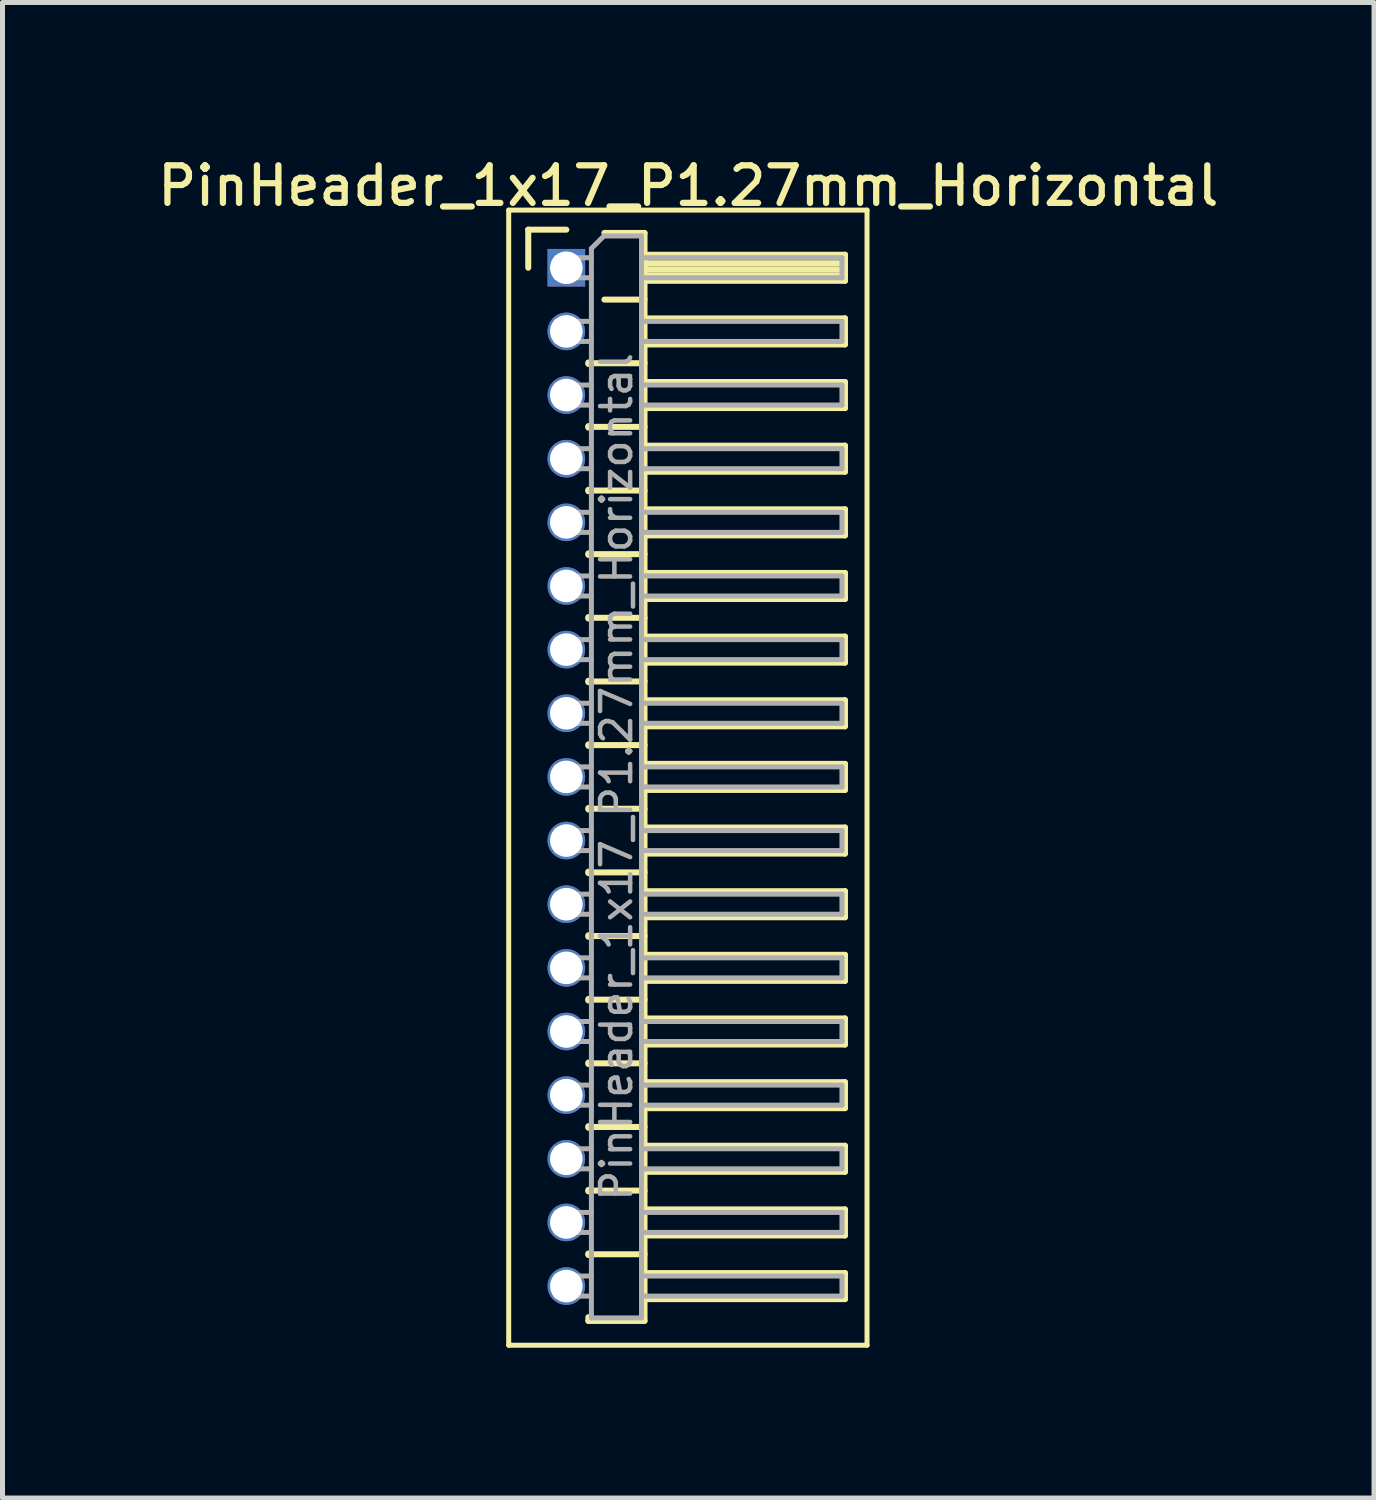
<source format=kicad_pcb>
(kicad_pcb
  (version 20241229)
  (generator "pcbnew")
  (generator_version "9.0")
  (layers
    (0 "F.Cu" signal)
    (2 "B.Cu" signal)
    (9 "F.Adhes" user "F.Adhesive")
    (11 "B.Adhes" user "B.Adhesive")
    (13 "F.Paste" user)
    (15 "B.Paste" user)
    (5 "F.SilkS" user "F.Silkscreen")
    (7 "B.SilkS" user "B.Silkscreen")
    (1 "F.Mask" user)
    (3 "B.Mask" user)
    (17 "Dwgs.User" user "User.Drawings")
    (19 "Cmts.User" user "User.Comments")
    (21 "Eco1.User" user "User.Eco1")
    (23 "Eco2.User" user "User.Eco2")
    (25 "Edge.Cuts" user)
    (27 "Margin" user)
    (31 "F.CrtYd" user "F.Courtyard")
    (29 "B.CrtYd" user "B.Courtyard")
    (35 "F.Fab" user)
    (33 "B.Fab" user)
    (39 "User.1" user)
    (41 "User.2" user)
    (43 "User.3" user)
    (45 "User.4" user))
  (footprint "PinHeader_1x17_P1.27mm_Horizontal"
    (layer "F.Cu")
    (at 8.251 2.293)
    (property "Reference" "PinHeader_1x17_P1.27mm_Horizontal" (at 2.433 -1.635 0) (layer "F.SilkS") (effects (font (size 0.75 0.75) (thickness 0.125))))
    (attr through_hole)
    (fp_line (start -1.15 -1.15) (end -1.15 21.5) (stroke (width 0.1) (type solid)) (layer "F.SilkS"))
    (fp_line (start -1.15 21.5) (end 6 21.5) (stroke (width 0.1) (type solid)) (layer "F.SilkS"))
    (fp_line (start -0.76 -0.76) (end 0 -0.76) (stroke (width 0.12) (type solid)) (layer "F.SilkS"))
    (fp_line (start -0.76 0) (end -0.76 -0.76) (stroke (width 0.12) (type solid)) (layer "F.SilkS"))
    (fp_line (start 0.44 1.89) (end 0.44 1.92) (stroke (width 0.12) (type solid)) (layer "F.SilkS"))
    (fp_line (start 0.44 1.905) (end 1.56 1.905) (stroke (width 0.12) (type solid)) (layer "F.SilkS"))
    (fp_line (start 0.44 3.16) (end 0.44 3.19) (stroke (width 0.12) (type solid)) (layer "F.SilkS"))
    (fp_line (start 0.44 3.175) (end 1.56 3.175) (stroke (width 0.12) (type solid)) (layer "F.SilkS"))
    (fp_line (start 0.44 4.43) (end 0.44 4.46) (stroke (width 0.12) (type solid)) (layer "F.SilkS"))
    (fp_line (start 0.44 4.445) (end 1.56 4.445) (stroke (width 0.12) (type solid)) (layer "F.SilkS"))
    (fp_line (start 0.44 5.7) (end 0.44 5.73) (stroke (width 0.12) (type solid)) (layer "F.SilkS"))
    (fp_line (start 0.44 5.715) (end 1.56 5.715) (stroke (width 0.12) (type solid)) (layer "F.SilkS"))
    (fp_line (start 0.44 6.97) (end 0.44 7) (stroke (width 0.12) (type solid)) (layer "F.SilkS"))
    (fp_line (start 0.44 6.985) (end 1.56 6.985) (stroke (width 0.12) (type solid)) (layer "F.SilkS"))
    (fp_line (start 0.44 8.24) (end 0.44 8.27) (stroke (width 0.12) (type solid)) (layer "F.SilkS"))
    (fp_line (start 0.44 8.255) (end 1.56 8.255) (stroke (width 0.12) (type solid)) (layer "F.SilkS"))
    (fp_line (start 0.44 9.51) (end 0.44 9.54) (stroke (width 0.12) (type solid)) (layer "F.SilkS"))
    (fp_line (start 0.44 9.525) (end 1.56 9.525) (stroke (width 0.12) (type solid)) (layer "F.SilkS"))
    (fp_line (start 0.44 10.78) (end 0.44 10.81) (stroke (width 0.12) (type solid)) (layer "F.SilkS"))
    (fp_line (start 0.44 10.795) (end 1.56 10.795) (stroke (width 0.12) (type solid)) (layer "F.SilkS"))
    (fp_line (start 0.44 12.05) (end 0.44 12.08) (stroke (width 0.12) (type solid)) (layer "F.SilkS"))
    (fp_line (start 0.44 12.065) (end 1.56 12.065) (stroke (width 0.12) (type solid)) (layer "F.SilkS"))
    (fp_line (start 0.44 13.32) (end 0.44 13.35) (stroke (width 0.12) (type solid)) (layer "F.SilkS"))
    (fp_line (start 0.44 13.335) (end 1.56 13.335) (stroke (width 0.12) (type solid)) (layer "F.SilkS"))
    (fp_line (start 0.44 14.59) (end 0.44 14.62) (stroke (width 0.12) (type solid)) (layer "F.SilkS"))
    (fp_line (start 0.44 14.605) (end 1.56 14.605) (stroke (width 0.12) (type solid)) (layer "F.SilkS"))
    (fp_line (start 0.44 15.86) (end 0.44 15.89) (stroke (width 0.12) (type solid)) (layer "F.SilkS"))
    (fp_line (start 0.44 15.875) (end 1.56 15.875) (stroke (width 0.12) (type solid)) (layer "F.SilkS"))
    (fp_line (start 0.44 17.13) (end 0.44 17.16) (stroke (width 0.12) (type solid)) (layer "F.SilkS"))
    (fp_line (start 0.44 17.145) (end 1.56 17.145) (stroke (width 0.12) (type solid)) (layer "F.SilkS"))
    (fp_line (start 0.44 18.4) (end 0.44 18.43) (stroke (width 0.12) (type solid)) (layer "F.SilkS"))
    (fp_line (start 0.44 18.415) (end 1.56 18.415) (stroke (width 0.12) (type solid)) (layer "F.SilkS"))
    (fp_line (start 0.44 19.67) (end 0.44 19.7) (stroke (width 0.12) (type solid)) (layer "F.SilkS"))
    (fp_line (start 0.44 19.685) (end 1.56 19.685) (stroke (width 0.12) (type solid)) (layer "F.SilkS"))
    (fp_line (start 0.44 21.015) (end 0.44 20.94) (stroke (width 0.12) (type solid)) (layer "F.SilkS"))
    (fp_line (start 0.76 -0.695) (end 1.56 -0.695) (stroke (width 0.12) (type solid)) (layer "F.SilkS"))
    (fp_line (start 0.76 0.635) (end 1.56 0.635) (stroke (width 0.12) (type solid)) (layer "F.SilkS"))
    (fp_line (start 1.56 -0.695) (end 1.56 21.015) (stroke (width 0.12) (type solid)) (layer "F.SilkS"))
    (fp_line (start 1.56 -0.26) (end 5.56 -0.26) (stroke (width 0.12) (type solid)) (layer "F.SilkS"))
    (fp_line (start 1.56 -0.2) (end 5.56 -0.2) (stroke (width 0.12) (type solid)) (layer "F.SilkS"))
    (fp_line (start 1.56 -0.08) (end 5.56 -0.08) (stroke (width 0.12) (type solid)) (layer "F.SilkS"))
    (fp_line (start 1.56 0.04) (end 5.56 0.04) (stroke (width 0.12) (type solid)) (layer "F.SilkS"))
    (fp_line (start 1.56 0.16) (end 5.56 0.16) (stroke (width 0.12) (type solid)) (layer "F.SilkS"))
    (fp_line (start 1.56 1.01) (end 5.56 1.01) (stroke (width 0.12) (type solid)) (layer "F.SilkS"))
    (fp_line (start 1.56 2.28) (end 5.56 2.28) (stroke (width 0.12) (type solid)) (layer "F.SilkS"))
    (fp_line (start 1.56 3.55) (end 5.56 3.55) (stroke (width 0.12) (type solid)) (layer "F.SilkS"))
    (fp_line (start 1.56 4.82) (end 5.56 4.82) (stroke (width 0.12) (type solid)) (layer "F.SilkS"))
    (fp_line (start 1.56 6.09) (end 5.56 6.09) (stroke (width 0.12) (type solid)) (layer "F.SilkS"))
    (fp_line (start 1.56 7.36) (end 5.56 7.36) (stroke (width 0.12) (type solid)) (layer "F.SilkS"))
    (fp_line (start 1.56 8.63) (end 5.56 8.63) (stroke (width 0.12) (type solid)) (layer "F.SilkS"))
    (fp_line (start 1.56 9.9) (end 5.56 9.9) (stroke (width 0.12) (type solid)) (layer "F.SilkS"))
    (fp_line (start 1.56 11.17) (end 5.56 11.17) (stroke (width 0.12) (type solid)) (layer "F.SilkS"))
    (fp_line (start 1.56 12.44) (end 5.56 12.44) (stroke (width 0.12) (type solid)) (layer "F.SilkS"))
    (fp_line (start 1.56 13.71) (end 5.56 13.71) (stroke (width 0.12) (type solid)) (layer "F.SilkS"))
    (fp_line (start 1.56 14.98) (end 5.56 14.98) (stroke (width 0.12) (type solid)) (layer "F.SilkS"))
    (fp_line (start 1.56 16.25) (end 5.56 16.25) (stroke (width 0.12) (type solid)) (layer "F.SilkS"))
    (fp_line (start 1.56 17.52) (end 5.56 17.52) (stroke (width 0.12) (type solid)) (layer "F.SilkS"))
    (fp_line (start 1.56 18.79) (end 5.56 18.79) (stroke (width 0.12) (type solid)) (layer "F.SilkS"))
    (fp_line (start 1.56 20.06) (end 5.56 20.06) (stroke (width 0.12) (type solid)) (layer "F.SilkS"))
    (fp_line (start 1.56 21.015) (end 0.44 21.015) (stroke (width 0.12) (type solid)) (layer "F.SilkS"))
    (fp_line (start 5.56 -0.26) (end 5.56 0.26) (stroke (width 0.12) (type solid)) (layer "F.SilkS"))
    (fp_line (start 5.56 0.26) (end 1.56 0.26) (stroke (width 0.12) (type solid)) (layer "F.SilkS"))
    (fp_line (start 5.56 1.01) (end 5.56 1.53) (stroke (width 0.12) (type solid)) (layer "F.SilkS"))
    (fp_line (start 5.56 1.53) (end 1.56 1.53) (stroke (width 0.12) (type solid)) (layer "F.SilkS"))
    (fp_line (start 5.56 2.28) (end 5.56 2.8) (stroke (width 0.12) (type solid)) (layer "F.SilkS"))
    (fp_line (start 5.56 2.8) (end 1.56 2.8) (stroke (width 0.12) (type solid)) (layer "F.SilkS"))
    (fp_line (start 5.56 3.55) (end 5.56 4.07) (stroke (width 0.12) (type solid)) (layer "F.SilkS"))
    (fp_line (start 5.56 4.07) (end 1.56 4.07) (stroke (width 0.12) (type solid)) (layer "F.SilkS"))
    (fp_line (start 5.56 4.82) (end 5.56 5.34) (stroke (width 0.12) (type solid)) (layer "F.SilkS"))
    (fp_line (start 5.56 5.34) (end 1.56 5.34) (stroke (width 0.12) (type solid)) (layer "F.SilkS"))
    (fp_line (start 5.56 6.09) (end 5.56 6.61) (stroke (width 0.12) (type solid)) (layer "F.SilkS"))
    (fp_line (start 5.56 6.61) (end 1.56 6.61) (stroke (width 0.12) (type solid)) (layer "F.SilkS"))
    (fp_line (start 5.56 7.36) (end 5.56 7.88) (stroke (width 0.12) (type solid)) (layer "F.SilkS"))
    (fp_line (start 5.56 7.88) (end 1.56 7.88) (stroke (width 0.12) (type solid)) (layer "F.SilkS"))
    (fp_line (start 5.56 8.63) (end 5.56 9.15) (stroke (width 0.12) (type solid)) (layer "F.SilkS"))
    (fp_line (start 5.56 9.15) (end 1.56 9.15) (stroke (width 0.12) (type solid)) (layer "F.SilkS"))
    (fp_line (start 5.56 9.9) (end 5.56 10.42) (stroke (width 0.12) (type solid)) (layer "F.SilkS"))
    (fp_line (start 5.56 10.42) (end 1.56 10.42) (stroke (width 0.12) (type solid)) (layer "F.SilkS"))
    (fp_line (start 5.56 11.17) (end 5.56 11.69) (stroke (width 0.12) (type solid)) (layer "F.SilkS"))
    (fp_line (start 5.56 11.69) (end 1.56 11.69) (stroke (width 0.12) (type solid)) (layer "F.SilkS"))
    (fp_line (start 5.56 12.44) (end 5.56 12.96) (stroke (width 0.12) (type solid)) (layer "F.SilkS"))
    (fp_line (start 5.56 12.96) (end 1.56 12.96) (stroke (width 0.12) (type solid)) (layer "F.SilkS"))
    (fp_line (start 5.56 13.71) (end 5.56 14.23) (stroke (width 0.12) (type solid)) (layer "F.SilkS"))
    (fp_line (start 5.56 14.23) (end 1.56 14.23) (stroke (width 0.12) (type solid)) (layer "F.SilkS"))
    (fp_line (start 5.56 14.98) (end 5.56 15.5) (stroke (width 0.12) (type solid)) (layer "F.SilkS"))
    (fp_line (start 5.56 15.5) (end 1.56 15.5) (stroke (width 0.12) (type solid)) (layer "F.SilkS"))
    (fp_line (start 5.56 16.25) (end 5.56 16.77) (stroke (width 0.12) (type solid)) (layer "F.SilkS"))
    (fp_line (start 5.56 16.77) (end 1.56 16.77) (stroke (width 0.12) (type solid)) (layer "F.SilkS"))
    (fp_line (start 5.56 17.52) (end 5.56 18.04) (stroke (width 0.12) (type solid)) (layer "F.SilkS"))
    (fp_line (start 5.56 18.04) (end 1.56 18.04) (stroke (width 0.12) (type solid)) (layer "F.SilkS"))
    (fp_line (start 5.56 18.79) (end 5.56 19.31) (stroke (width 0.12) (type solid)) (layer "F.SilkS"))
    (fp_line (start 5.56 19.31) (end 1.56 19.31) (stroke (width 0.12) (type solid)) (layer "F.SilkS"))
    (fp_line (start 5.56 20.06) (end 5.56 20.58) (stroke (width 0.12) (type solid)) (layer "F.SilkS"))
    (fp_line (start 5.56 20.58) (end 1.56 20.58) (stroke (width 0.12) (type solid)) (layer "F.SilkS"))
    (fp_line (start 6 -1.15) (end -1.15 -1.15) (stroke (width 0.1) (type solid)) (layer "F.SilkS"))
    (fp_line (start 6 21.5) (end 6 -1.15) (stroke (width 0.1) (type solid)) (layer "F.SilkS"))
    (fp_line (start -0.2 -0.2) (end -0.2 0.2) (stroke (width 0.1) (type solid)) (layer "F.Fab"))
    (fp_line (start -0.2 -0.2) (end 0.5 -0.2) (stroke (width 0.1) (type solid)) (layer "F.Fab"))
    (fp_line (start -0.2 0.2) (end 0.5 0.2) (stroke (width 0.1) (type solid)) (layer "F.Fab"))
    (fp_line (start -0.2 1.07) (end -0.2 1.47) (stroke (width 0.1) (type solid)) (layer "F.Fab"))
    (fp_line (start -0.2 1.07) (end 0.5 1.07) (stroke (width 0.1) (type solid)) (layer "F.Fab"))
    (fp_line (start -0.2 1.47) (end 0.5 1.47) (stroke (width 0.1) (type solid)) (layer "F.Fab"))
    (fp_line (start -0.2 2.34) (end -0.2 2.74) (stroke (width 0.1) (type solid)) (layer "F.Fab"))
    (fp_line (start -0.2 2.34) (end 0.5 2.34) (stroke (width 0.1) (type solid)) (layer "F.Fab"))
    (fp_line (start -0.2 2.74) (end 0.5 2.74) (stroke (width 0.1) (type solid)) (layer "F.Fab"))
    (fp_line (start -0.2 3.61) (end -0.2 4.01) (stroke (width 0.1) (type solid)) (layer "F.Fab"))
    (fp_line (start -0.2 3.61) (end 0.5 3.61) (stroke (width 0.1) (type solid)) (layer "F.Fab"))
    (fp_line (start -0.2 4.01) (end 0.5 4.01) (stroke (width 0.1) (type solid)) (layer "F.Fab"))
    (fp_line (start -0.2 4.88) (end -0.2 5.28) (stroke (width 0.1) (type solid)) (layer "F.Fab"))
    (fp_line (start -0.2 4.88) (end 0.5 4.88) (stroke (width 0.1) (type solid)) (layer "F.Fab"))
    (fp_line (start -0.2 5.28) (end 0.5 5.28) (stroke (width 0.1) (type solid)) (layer "F.Fab"))
    (fp_line (start -0.2 6.15) (end -0.2 6.55) (stroke (width 0.1) (type solid)) (layer "F.Fab"))
    (fp_line (start -0.2 6.15) (end 0.5 6.15) (stroke (width 0.1) (type solid)) (layer "F.Fab"))
    (fp_line (start -0.2 6.55) (end 0.5 6.55) (stroke (width 0.1) (type solid)) (layer "F.Fab"))
    (fp_line (start -0.2 7.42) (end -0.2 7.82) (stroke (width 0.1) (type solid)) (layer "F.Fab"))
    (fp_line (start -0.2 7.42) (end 0.5 7.42) (stroke (width 0.1) (type solid)) (layer "F.Fab"))
    (fp_line (start -0.2 7.82) (end 0.5 7.82) (stroke (width 0.1) (type solid)) (layer "F.Fab"))
    (fp_line (start -0.2 8.69) (end -0.2 9.09) (stroke (width 0.1) (type solid)) (layer "F.Fab"))
    (fp_line (start -0.2 8.69) (end 0.5 8.69) (stroke (width 0.1) (type solid)) (layer "F.Fab"))
    (fp_line (start -0.2 9.09) (end 0.5 9.09) (stroke (width 0.1) (type solid)) (layer "F.Fab"))
    (fp_line (start -0.2 9.96) (end -0.2 10.36) (stroke (width 0.1) (type solid)) (layer "F.Fab"))
    (fp_line (start -0.2 9.96) (end 0.5 9.96) (stroke (width 0.1) (type solid)) (layer "F.Fab"))
    (fp_line (start -0.2 10.36) (end 0.5 10.36) (stroke (width 0.1) (type solid)) (layer "F.Fab"))
    (fp_line (start -0.2 11.23) (end -0.2 11.63) (stroke (width 0.1) (type solid)) (layer "F.Fab"))
    (fp_line (start -0.2 11.23) (end 0.5 11.23) (stroke (width 0.1) (type solid)) (layer "F.Fab"))
    (fp_line (start -0.2 11.63) (end 0.5 11.63) (stroke (width 0.1) (type solid)) (layer "F.Fab"))
    (fp_line (start -0.2 12.5) (end -0.2 12.9) (stroke (width 0.1) (type solid)) (layer "F.Fab"))
    (fp_line (start -0.2 12.5) (end 0.5 12.5) (stroke (width 0.1) (type solid)) (layer "F.Fab"))
    (fp_line (start -0.2 12.9) (end 0.5 12.9) (stroke (width 0.1) (type solid)) (layer "F.Fab"))
    (fp_line (start -0.2 13.77) (end -0.2 14.17) (stroke (width 0.1) (type solid)) (layer "F.Fab"))
    (fp_line (start -0.2 13.77) (end 0.5 13.77) (stroke (width 0.1) (type solid)) (layer "F.Fab"))
    (fp_line (start -0.2 14.17) (end 0.5 14.17) (stroke (width 0.1) (type solid)) (layer "F.Fab"))
    (fp_line (start -0.2 15.04) (end -0.2 15.44) (stroke (width 0.1) (type solid)) (layer "F.Fab"))
    (fp_line (start -0.2 15.04) (end 0.5 15.04) (stroke (width 0.1) (type solid)) (layer "F.Fab"))
    (fp_line (start -0.2 15.44) (end 0.5 15.44) (stroke (width 0.1) (type solid)) (layer "F.Fab"))
    (fp_line (start -0.2 16.31) (end -0.2 16.71) (stroke (width 0.1) (type solid)) (layer "F.Fab"))
    (fp_line (start -0.2 16.31) (end 0.5 16.31) (stroke (width 0.1) (type solid)) (layer "F.Fab"))
    (fp_line (start -0.2 16.71) (end 0.5 16.71) (stroke (width 0.1) (type solid)) (layer "F.Fab"))
    (fp_line (start -0.2 17.58) (end -0.2 17.98) (stroke (width 0.1) (type solid)) (layer "F.Fab"))
    (fp_line (start -0.2 17.58) (end 0.5 17.58) (stroke (width 0.1) (type solid)) (layer "F.Fab"))
    (fp_line (start -0.2 17.98) (end 0.5 17.98) (stroke (width 0.1) (type solid)) (layer "F.Fab"))
    (fp_line (start -0.2 18.85) (end -0.2 19.25) (stroke (width 0.1) (type solid)) (layer "F.Fab"))
    (fp_line (start -0.2 18.85) (end 0.5 18.85) (stroke (width 0.1) (type solid)) (layer "F.Fab"))
    (fp_line (start -0.2 19.25) (end 0.5 19.25) (stroke (width 0.1) (type solid)) (layer "F.Fab"))
    (fp_line (start -0.2 20.12) (end -0.2 20.52) (stroke (width 0.1) (type solid)) (layer "F.Fab"))
    (fp_line (start -0.2 20.12) (end 0.5 20.12) (stroke (width 0.1) (type solid)) (layer "F.Fab"))
    (fp_line (start -0.2 20.52) (end 0.5 20.52) (stroke (width 0.1) (type solid)) (layer "F.Fab"))
    (fp_line (start 0.5 -0.385) (end 0.75 -0.635) (stroke (width 0.1) (type solid)) (layer "F.Fab"))
    (fp_line (start 0.5 20.955) (end 0.5 -0.385) (stroke (width 0.1) (type solid)) (layer "F.Fab"))
    (fp_line (start 0.75 -0.635) (end 1.5 -0.635) (stroke (width 0.1) (type solid)) (layer "F.Fab"))
    (fp_line (start 1.5 -0.635) (end 1.5 20.955) (stroke (width 0.1) (type solid)) (layer "F.Fab"))
    (fp_line (start 1.5 -0.2) (end 5.5 -0.2) (stroke (width 0.1) (type solid)) (layer "F.Fab"))
    (fp_line (start 1.5 0.2) (end 5.5 0.2) (stroke (width 0.1) (type solid)) (layer "F.Fab"))
    (fp_line (start 1.5 1.07) (end 5.5 1.07) (stroke (width 0.1) (type solid)) (layer "F.Fab"))
    (fp_line (start 1.5 1.47) (end 5.5 1.47) (stroke (width 0.1) (type solid)) (layer "F.Fab"))
    (fp_line (start 1.5 2.34) (end 5.5 2.34) (stroke (width 0.1) (type solid)) (layer "F.Fab"))
    (fp_line (start 1.5 2.74) (end 5.5 2.74) (stroke (width 0.1) (type solid)) (layer "F.Fab"))
    (fp_line (start 1.5 3.61) (end 5.5 3.61) (stroke (width 0.1) (type solid)) (layer "F.Fab"))
    (fp_line (start 1.5 4.01) (end 5.5 4.01) (stroke (width 0.1) (type solid)) (layer "F.Fab"))
    (fp_line (start 1.5 4.88) (end 5.5 4.88) (stroke (width 0.1) (type solid)) (layer "F.Fab"))
    (fp_line (start 1.5 5.28) (end 5.5 5.28) (stroke (width 0.1) (type solid)) (layer "F.Fab"))
    (fp_line (start 1.5 6.15) (end 5.5 6.15) (stroke (width 0.1) (type solid)) (layer "F.Fab"))
    (fp_line (start 1.5 6.55) (end 5.5 6.55) (stroke (width 0.1) (type solid)) (layer "F.Fab"))
    (fp_line (start 1.5 7.42) (end 5.5 7.42) (stroke (width 0.1) (type solid)) (layer "F.Fab"))
    (fp_line (start 1.5 7.82) (end 5.5 7.82) (stroke (width 0.1) (type solid)) (layer "F.Fab"))
    (fp_line (start 1.5 8.69) (end 5.5 8.69) (stroke (width 0.1) (type solid)) (layer "F.Fab"))
    (fp_line (start 1.5 9.09) (end 5.5 9.09) (stroke (width 0.1) (type solid)) (layer "F.Fab"))
    (fp_line (start 1.5 9.96) (end 5.5 9.96) (stroke (width 0.1) (type solid)) (layer "F.Fab"))
    (fp_line (start 1.5 10.36) (end 5.5 10.36) (stroke (width 0.1) (type solid)) (layer "F.Fab"))
    (fp_line (start 1.5 11.23) (end 5.5 11.23) (stroke (width 0.1) (type solid)) (layer "F.Fab"))
    (fp_line (start 1.5 11.63) (end 5.5 11.63) (stroke (width 0.1) (type solid)) (layer "F.Fab"))
    (fp_line (start 1.5 12.5) (end 5.5 12.5) (stroke (width 0.1) (type solid)) (layer "F.Fab"))
    (fp_line (start 1.5 12.9) (end 5.5 12.9) (stroke (width 0.1) (type solid)) (layer "F.Fab"))
    (fp_line (start 1.5 13.77) (end 5.5 13.77) (stroke (width 0.1) (type solid)) (layer "F.Fab"))
    (fp_line (start 1.5 14.17) (end 5.5 14.17) (stroke (width 0.1) (type solid)) (layer "F.Fab"))
    (fp_line (start 1.5 15.04) (end 5.5 15.04) (stroke (width 0.1) (type solid)) (layer "F.Fab"))
    (fp_line (start 1.5 15.44) (end 5.5 15.44) (stroke (width 0.1) (type solid)) (layer "F.Fab"))
    (fp_line (start 1.5 16.31) (end 5.5 16.31) (stroke (width 0.1) (type solid)) (layer "F.Fab"))
    (fp_line (start 1.5 16.71) (end 5.5 16.71) (stroke (width 0.1) (type solid)) (layer "F.Fab"))
    (fp_line (start 1.5 17.58) (end 5.5 17.58) (stroke (width 0.1) (type solid)) (layer "F.Fab"))
    (fp_line (start 1.5 17.98) (end 5.5 17.98) (stroke (width 0.1) (type solid)) (layer "F.Fab"))
    (fp_line (start 1.5 18.85) (end 5.5 18.85) (stroke (width 0.1) (type solid)) (layer "F.Fab"))
    (fp_line (start 1.5 19.25) (end 5.5 19.25) (stroke (width 0.1) (type solid)) (layer "F.Fab"))
    (fp_line (start 1.5 20.12) (end 5.5 20.12) (stroke (width 0.1) (type solid)) (layer "F.Fab"))
    (fp_line (start 1.5 20.52) (end 5.5 20.52) (stroke (width 0.1) (type solid)) (layer "F.Fab"))
    (fp_line (start 1.5 20.955) (end 0.5 20.955) (stroke (width 0.1) (type solid)) (layer "F.Fab"))
    (fp_line (start 5.5 -0.2) (end 5.5 0.2) (stroke (width 0.1) (type solid)) (layer "F.Fab"))
    (fp_line (start 5.5 1.07) (end 5.5 1.47) (stroke (width 0.1) (type solid)) (layer "F.Fab"))
    (fp_line (start 5.5 2.34) (end 5.5 2.74) (stroke (width 0.1) (type solid)) (layer "F.Fab"))
    (fp_line (start 5.5 3.61) (end 5.5 4.01) (stroke (width 0.1) (type solid)) (layer "F.Fab"))
    (fp_line (start 5.5 4.88) (end 5.5 5.28) (stroke (width 0.1) (type solid)) (layer "F.Fab"))
    (fp_line (start 5.5 6.15) (end 5.5 6.55) (stroke (width 0.1) (type solid)) (layer "F.Fab"))
    (fp_line (start 5.5 7.42) (end 5.5 7.82) (stroke (width 0.1) (type solid)) (layer "F.Fab"))
    (fp_line (start 5.5 8.69) (end 5.5 9.09) (stroke (width 0.1) (type solid)) (layer "F.Fab"))
    (fp_line (start 5.5 9.96) (end 5.5 10.36) (stroke (width 0.1) (type solid)) (layer "F.Fab"))
    (fp_line (start 5.5 11.23) (end 5.5 11.63) (stroke (width 0.1) (type solid)) (layer "F.Fab"))
    (fp_line (start 5.5 12.5) (end 5.5 12.9) (stroke (width 0.1) (type solid)) (layer "F.Fab"))
    (fp_line (start 5.5 13.77) (end 5.5 14.17) (stroke (width 0.1) (type solid)) (layer "F.Fab"))
    (fp_line (start 5.5 15.04) (end 5.5 15.44) (stroke (width 0.1) (type solid)) (layer "F.Fab"))
    (fp_line (start 5.5 16.31) (end 5.5 16.71) (stroke (width 0.1) (type solid)) (layer "F.Fab"))
    (fp_line (start 5.5 17.58) (end 5.5 17.98) (stroke (width 0.1) (type solid)) (layer "F.Fab"))
    (fp_line (start 5.5 18.85) (end 5.5 19.25) (stroke (width 0.1) (type solid)) (layer "F.Fab"))
    (fp_line (start 5.5 20.12) (end 5.5 20.52) (stroke (width 0.1) (type solid)) (layer "F.Fab"))
    (fp_text user "${REFERENCE}" (at 1 10.16 90) (layer "F.Fab") (effects (font (size 0.6 0.6) (thickness 0.09))))
    (pad "1" thru_hole rect (at 0 0) (size 0.75 0.75) (drill 0.65) (layers "*.Cu" "*.Mask"))
    (pad "2" thru_hole oval (at 0 1.27) (size 0.75 0.75) (drill 0.65) (layers "*.Cu" "*.Mask"))
    (pad "3" thru_hole oval (at 0 2.54) (size 0.75 0.75) (drill 0.65) (layers "*.Cu" "*.Mask"))
    (pad "4" thru_hole oval (at 0 3.81) (size 0.75 0.75) (drill 0.65) (layers "*.Cu" "*.Mask"))
    (pad "5" thru_hole oval (at 0 5.08) (size 0.75 0.75) (drill 0.65) (layers "*.Cu" "*.Mask"))
    (pad "6" thru_hole oval (at 0 6.35) (size 0.75 0.75) (drill 0.65) (layers "*.Cu" "*.Mask"))
    (pad "7" thru_hole oval (at 0 7.62) (size 0.75 0.75) (drill 0.65) (layers "*.Cu" "*.Mask"))
    (pad "8" thru_hole oval (at 0 8.89) (size 0.75 0.75) (drill 0.65) (layers "*.Cu" "*.Mask"))
    (pad "9" thru_hole oval (at 0 10.16) (size 0.75 0.75) (drill 0.65) (layers "*.Cu" "*.Mask"))
    (pad "10" thru_hole oval (at 0 11.43) (size 0.75 0.75) (drill 0.65) (layers "*.Cu" "*.Mask"))
    (pad "11" thru_hole oval (at 0 12.7) (size 0.75 0.75) (drill 0.65) (layers "*.Cu" "*.Mask"))
    (pad "12" thru_hole oval (at 0 13.97) (size 0.75 0.75) (drill 0.65) (layers "*.Cu" "*.Mask"))
    (pad "13" thru_hole oval (at 0 15.24) (size 0.75 0.75) (drill 0.65) (layers "*.Cu" "*.Mask"))
    (pad "14" thru_hole oval (at 0 16.51) (size 0.75 0.75) (drill 0.65) (layers "*.Cu" "*.Mask"))
    (pad "15" thru_hole oval (at 0 17.78) (size 0.75 0.75) (drill 0.65) (layers "*.Cu" "*.Mask"))
    (pad "16" thru_hole oval (at 0 19.05) (size 0.75 0.75) (drill 0.65) (layers "*.Cu" "*.Mask"))
    (pad "17" thru_hole oval (at 0 20.32) (size 0.75 0.75) (drill 0.65) (layers "*.Cu" "*.Mask")))
  (gr_rect
    (start -3 -3)
    (end 24.368 26.843)
    (stroke (width 0.1) (type default))
    (fill no)
    (layer "Edge.Cuts")))
</source>
